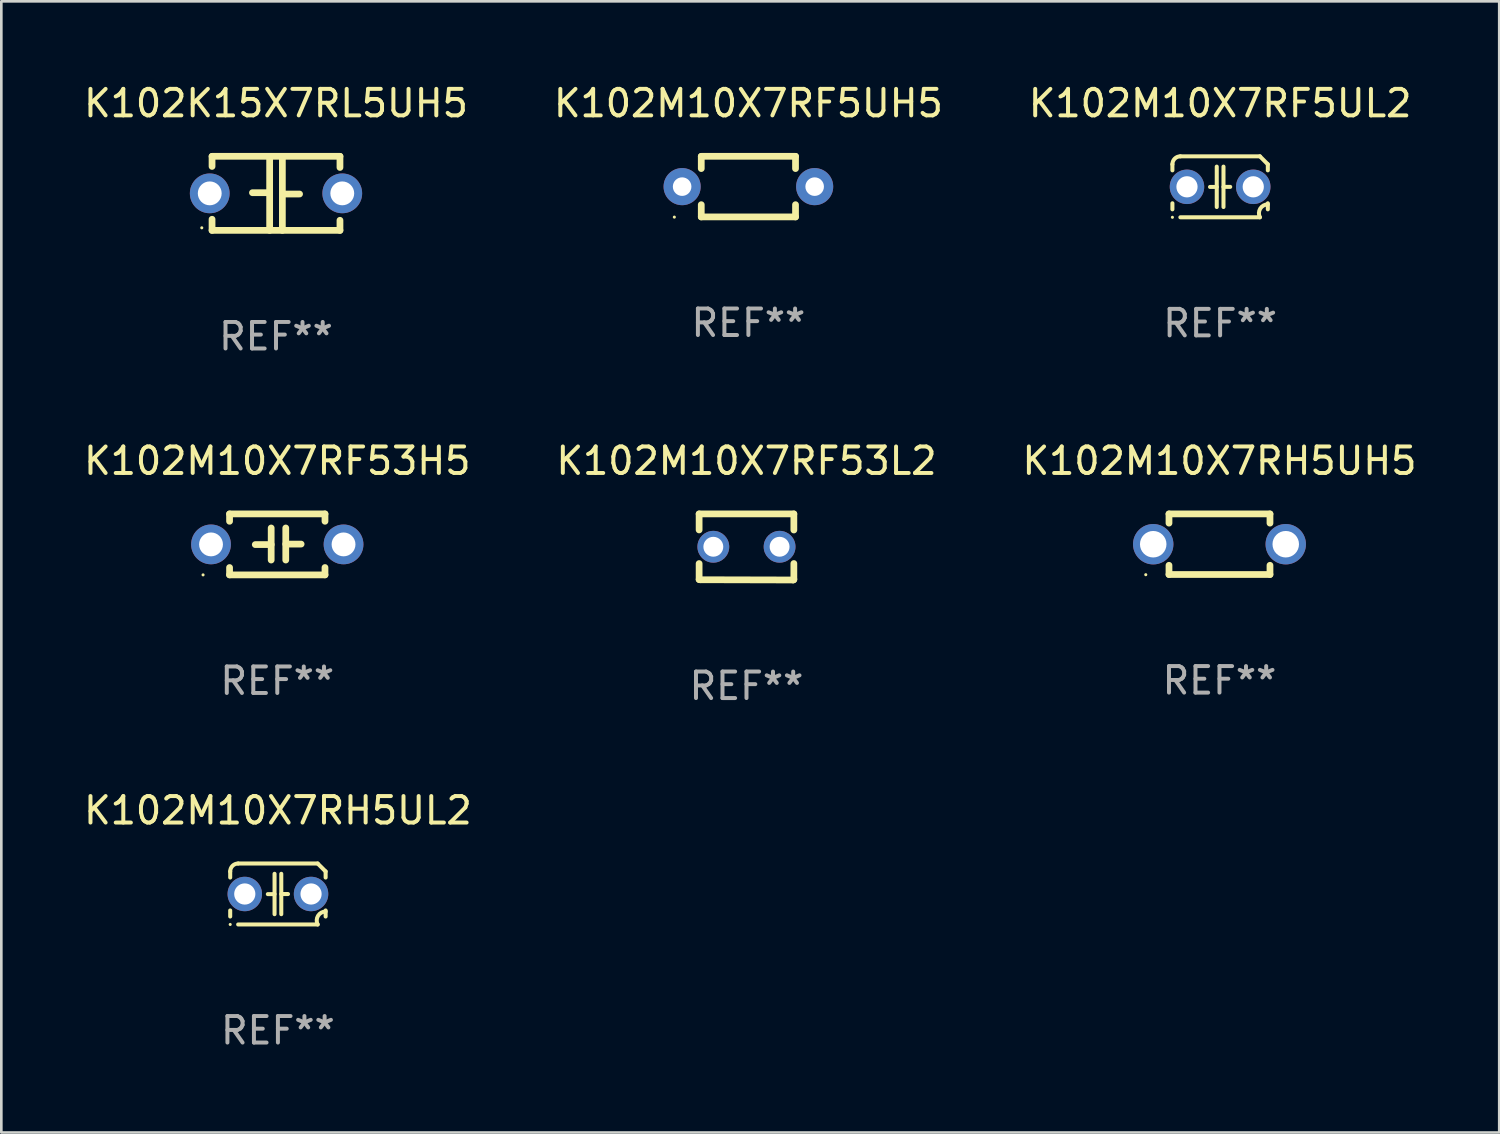
<source format=kicad_pcb>
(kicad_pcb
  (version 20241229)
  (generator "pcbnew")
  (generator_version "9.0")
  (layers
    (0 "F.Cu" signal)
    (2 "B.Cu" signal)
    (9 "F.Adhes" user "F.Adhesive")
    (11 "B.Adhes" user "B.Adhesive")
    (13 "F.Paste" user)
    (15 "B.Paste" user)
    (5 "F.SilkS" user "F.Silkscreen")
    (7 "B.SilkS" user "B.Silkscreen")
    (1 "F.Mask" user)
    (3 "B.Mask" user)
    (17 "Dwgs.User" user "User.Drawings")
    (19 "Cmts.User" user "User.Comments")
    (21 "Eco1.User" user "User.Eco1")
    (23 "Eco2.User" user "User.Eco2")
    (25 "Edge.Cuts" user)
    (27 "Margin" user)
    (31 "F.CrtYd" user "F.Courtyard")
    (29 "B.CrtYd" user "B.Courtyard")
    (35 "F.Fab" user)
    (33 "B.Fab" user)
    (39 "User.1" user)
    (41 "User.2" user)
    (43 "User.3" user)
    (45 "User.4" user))
  (footprint "K102M10X7RH5UL2"
    (layer "F.Cu")
    (at 7.435 30.678)
    (property "Reference" "K102M10X7RH5UL2" (at 0 -3.15 0) (layer "F.SilkS") (effects (font (size 1 1) (thickness 0.15))))
    (attr through_hole)
    (fp_line (start -1.8 -0.621) (end -1.8 -0.85) (stroke (width 0.152) (type solid)) (layer "F.SilkS"))
    (fp_line (start -1.8 0.85) (end -1.8 0.621) (stroke (width 0.152) (type solid)) (layer "F.SilkS"))
    (fp_line (start -1.5 -1.15) (end 1.5 -1.15) (stroke (width 0.152) (type solid)) (layer "F.SilkS"))
    (fp_line (start -0.127 -0.762) (end -0.127 0.762) (stroke (width 0.152) (type solid)) (layer "F.SilkS"))
    (fp_line (start -0.127 0.005) (end -0.381 0.005) (stroke (width 0.152) (type solid)) (layer "F.SilkS"))
    (fp_line (start 0.127 -0.762) (end 0.127 0.762) (stroke (width 0.152) (type solid)) (layer "F.SilkS"))
    (fp_line (start 0.127 0.002) (end 0.381 0.002) (stroke (width 0.152) (type solid)) (layer "F.SilkS"))
    (fp_line (start 1.5 1.15) (end -1.5 1.15) (stroke (width 0.152) (type solid)) (layer "F.SilkS"))
    (fp_line (start 1.8 -0.85) (end 1.8 -0.621) (stroke (width 0.152) (type solid)) (layer "F.SilkS"))
    (fp_line (start 1.8 0.621) (end 1.8 0.85) (stroke (width 0.152) (type solid)) (layer "F.SilkS"))
    (fp_arc (start -1.799975 -0.849987) (mid -1.712107 -1.062119) (end -1.499975 -1.149987) (stroke (width 0.151994) (type solid)) (layer "F.SilkS"))
    (fp_arc (start 1.499975 1.149987) (mid 1.513726 0.822359) (end 1.799975 0.662387) (stroke (width 0.151994) (type solid)) (layer "F.SilkS"))
    (fp_arc (start 1.500001 -1.149986) (mid 1.650015 -1.000001) (end 1.8 -0.849987) (stroke (width 0.151994) (type solid)) (layer "F.SilkS"))
    (fp_circle (center -1.8 1.15) (end -1.77 1.15) (stroke (width 0.06) (type solid)) (fill no) (layer "F.SilkS"))
    (fp_text user "REF**" (at 0 5.15 0) (layer "F.Fab") (effects (font (size 1 1) (thickness 0.15))))
    (pad "1" thru_hole circle (at -1.25 0) (size 1.3 1.3) (drill 0.8) (layers "*.Cu" "*.Mask"))
    (pad "2" thru_hole circle (at 1.25 0) (size 1.3 1.3) (drill 0.8) (layers "*.Cu" "*.Mask")))
  (footprint "K102M10X7RF5UH5"
    (layer "F.Cu")
    (at 25.185 3.991)
    (property "Reference" "K102M10X7RF5UH5" (at 0 -3.143 0) (layer "F.SilkS") (effects (font (size 1 1) (thickness 0.15))))
    (attr through_hole)
    (fp_line (start -1.778 -1.143) (end 1.778 -1.143) (stroke (width 0.254) (type solid)) (layer "F.SilkS"))
    (fp_line (start -1.778 -0.681) (end -1.778 -1.143) (stroke (width 0.254) (type solid)) (layer "F.SilkS"))
    (fp_line (start -1.778 1.143) (end -1.778 0.681) (stroke (width 0.254) (type solid)) (layer "F.SilkS"))
    (fp_line (start 1.778 -1.143) (end 1.778 -0.681) (stroke (width 0.254) (type solid)) (layer "F.SilkS"))
    (fp_line (start 1.778 0.681) (end 1.778 1.143) (stroke (width 0.254) (type solid)) (layer "F.SilkS"))
    (fp_line (start 1.778 1.143) (end -1.778 1.143) (stroke (width 0.254) (type solid)) (layer "F.SilkS"))
    (fp_circle (center -2.794 1.15) (end -2.764 1.15) (stroke (width 0.06) (type solid)) (fill no) (layer "F.SilkS"))
    (fp_text user "REF**" (at 0 5.143 0) (layer "F.Fab") (effects (font (size 1 1) (thickness 0.15))))
    (pad "1" thru_hole circle (at -2.5 0) (size 1.4 1.4) (drill 0.7) (layers "*.Cu" "*.Mask"))
    (pad "2" thru_hole circle (at 2.5 0) (size 1.4 1.4) (drill 0.7) (layers "*.Cu" "*.Mask")))
  (footprint "K102M10X7RF5UL2"
    (layer "F.Cu")
    (at 42.982 3.998)
    (property "Reference" "K102M10X7RF5UL2" (at 0 -3.15 0) (layer "F.SilkS") (effects (font (size 1 1) (thickness 0.15))))
    (attr through_hole)
    (fp_line (start -1.8 -0.621) (end -1.8 -0.85) (stroke (width 0.152) (type solid)) (layer "F.SilkS"))
    (fp_line (start -1.8 0.85) (end -1.8 0.621) (stroke (width 0.152) (type solid)) (layer "F.SilkS"))
    (fp_line (start -1.5 -1.15) (end 1.5 -1.15) (stroke (width 0.152) (type solid)) (layer "F.SilkS"))
    (fp_line (start -0.127 -0.762) (end -0.127 0.762) (stroke (width 0.152) (type solid)) (layer "F.SilkS"))
    (fp_line (start -0.127 0.005) (end -0.381 0.005) (stroke (width 0.152) (type solid)) (layer "F.SilkS"))
    (fp_line (start 0.127 -0.762) (end 0.127 0.762) (stroke (width 0.152) (type solid)) (layer "F.SilkS"))
    (fp_line (start 0.127 0.002) (end 0.381 0.002) (stroke (width 0.152) (type solid)) (layer "F.SilkS"))
    (fp_line (start 1.5 1.15) (end -1.5 1.15) (stroke (width 0.152) (type solid)) (layer "F.SilkS"))
    (fp_line (start 1.8 -0.85) (end 1.8 -0.621) (stroke (width 0.152) (type solid)) (layer "F.SilkS"))
    (fp_line (start 1.8 0.621) (end 1.8 0.85) (stroke (width 0.152) (type solid)) (layer "F.SilkS"))
    (fp_arc (start -1.799975 -0.849987) (mid -1.712107 -1.062119) (end -1.499975 -1.149987) (stroke (width 0.151994) (type solid)) (layer "F.SilkS"))
    (fp_arc (start 1.499975 1.149987) (mid 1.513726 0.822359) (end 1.799975 0.662387) (stroke (width 0.151994) (type solid)) (layer "F.SilkS"))
    (fp_arc (start 1.500001 -1.149986) (mid 1.650015 -1.000001) (end 1.8 -0.849987) (stroke (width 0.151994) (type solid)) (layer "F.SilkS"))
    (fp_circle (center -1.8 1.15) (end -1.77 1.15) (stroke (width 0.06) (type solid)) (fill no) (layer "F.SilkS"))
    (fp_text user "REF**" (at 0 5.15 0) (layer "F.Fab") (effects (font (size 1 1) (thickness 0.15))))
    (pad "1" thru_hole circle (at -1.25 0) (size 1.3 1.3) (drill 0.8) (layers "*.Cu" "*.Mask"))
    (pad "2" thru_hole circle (at 1.25 0) (size 1.3 1.3) (drill 0.8) (layers "*.Cu" "*.Mask")))
  (footprint "K102K15X7RL5UH5"
    (layer "F.Cu")
    (at 7.363 4.245)
    (property "Reference" "K102K15X7RL5UH5" (at 0 -3.397 0) (layer "F.SilkS") (effects (font (size 1 1) (thickness 0.15))))
    (attr through_hole)
    (fp_line (start -2.413 -1.397) (end 2.413 -1.397) (stroke (width 0.254) (type solid)) (layer "F.SilkS"))
    (fp_line (start -2.413 -1.016) (end -2.413 -1.397) (stroke (width 0.254) (type solid)) (layer "F.SilkS"))
    (fp_line (start -2.413 0.977) (end -2.413 1.397) (stroke (width 0.254) (type solid)) (layer "F.SilkS"))
    (fp_line (start -0.24 -0.025) (end -0.889 -0.025) (stroke (width 0.254) (type solid)) (layer "F.SilkS"))
    (fp_line (start -0.24 1.397) (end -0.24 -1.397) (stroke (width 0.254) (type solid)) (layer "F.SilkS"))
    (fp_line (start 0.24 -1.397) (end 0.24 1.397) (stroke (width 0.254) (type solid)) (layer "F.SilkS"))
    (fp_line (start 0.24 0.025) (end 0.889 0.025) (stroke (width 0.254) (type solid)) (layer "F.SilkS"))
    (fp_line (start 2.413 -0.977) (end 2.413 -1.397) (stroke (width 0.254) (type solid)) (layer "F.SilkS"))
    (fp_line (start 2.413 1.016) (end 2.413 1.397) (stroke (width 0.254) (type solid)) (layer "F.SilkS"))
    (fp_line (start 2.413 1.397) (end -2.413 1.397) (stroke (width 0.254) (type solid)) (layer "F.SilkS"))
    (fp_circle (center -2.8 1.3) (end -2.77 1.3) (stroke (width 0.06) (type solid)) (fill no) (layer "F.SilkS"))
    (fp_text user "REF**" (at 0 5.397 0) (layer "F.Fab") (effects (font (size 1 1) (thickness 0.15))))
    (pad "1" thru_hole circle (at -2.5 0) (size 1.5 1.5) (drill 0.9) (layers "*.Cu" "*.Mask"))
    (pad "2" thru_hole circle (at 2.5 0) (size 1.5 1.5) (drill 0.9) (layers "*.Cu" "*.Mask")))
  (footprint "K102M10X7RF53H5"
    (layer "F.Cu")
    (at 7.411 17.489)
    (property "Reference" "K102M10X7RF53H5" (at 0 -3.15 0) (layer "F.SilkS") (effects (font (size 1 1) (thickness 0.15))))
    (attr through_hole)
    (fp_line (start -1.8 -1.15) (end -1.8 -0.872) (stroke (width 0.254) (type solid)) (layer "F.SilkS"))
    (fp_line (start -1.8 -1.15) (end 1.8 -1.15) (stroke (width 0.254) (type solid)) (layer "F.SilkS"))
    (fp_line (start -1.8 0.872) (end -1.8 1.15) (stroke (width 0.254) (type solid)) (layer "F.SilkS"))
    (fp_line (start -1.8 1.15) (end 1.8 1.15) (stroke (width 0.254) (type solid)) (layer "F.SilkS"))
    (fp_line (start -0.23 -0.62) (end -0.23 0.59) (stroke (width 0.254) (type solid)) (layer "F.SilkS"))
    (fp_line (start -0.23 0.007) (end -0.83 0.007) (stroke (width 0.254) (type solid)) (layer "F.SilkS"))
    (fp_line (start 0.32 -0.62) (end 0.32 0.59) (stroke (width 0.254) (type solid)) (layer "F.SilkS"))
    (fp_line (start 0.32 -0.012) (end 0.9 -0.012) (stroke (width 0.254) (type solid)) (layer "F.SilkS"))
    (fp_line (start 1.8 -1.15) (end 1.8 -0.872) (stroke (width 0.254) (type solid)) (layer "F.SilkS"))
    (fp_line (start 1.8 0.872) (end 1.8 1.15) (stroke (width 0.254) (type solid)) (layer "F.SilkS"))
    (fp_circle (center -2.8 1.15) (end -2.77 1.15) (stroke (width 0.06) (type solid)) (fill no) (layer "F.SilkS"))
    (fp_text user "REF**" (at 0 5.15 0) (layer "F.Fab") (effects (font (size 1 1) (thickness 0.15))))
    (pad "1" thru_hole circle (at -2.5 0) (size 1.5 1.5) (drill 0.9) (layers "*.Cu" "*.Mask"))
    (pad "2" thru_hole circle (at 2.5 0) (size 1.5 1.5) (drill 0.9) (layers "*.Cu" "*.Mask")))
  (footprint "K102M10X7RF53L2"
    (layer "F.Cu")
    (at 25.113 17.585)
    (property "Reference" "K102M10X7RF53L2" (at 0 -3.246 0) (layer "F.SilkS") (effects (font (size 1 1) (thickness 0.15))))
    (attr through_hole)
    (fp_line (start -1.787 -1.246) (end -1.787 -0.642) (stroke (width 0.254) (type solid)) (layer "F.SilkS"))
    (fp_line (start -1.787 0.627) (end -1.787 1.228) (stroke (width 0.254) (type solid)) (layer "F.SilkS"))
    (fp_line (start -1.787 1.228) (end -1.75 1.237) (stroke (width 0.254) (type solid)) (layer "F.SilkS"))
    (fp_line (start -1.75 1.237) (end 1.759 1.246) (stroke (width 0.254) (type solid)) (layer "F.SilkS"))
    (fp_line (start 1.759 1.246) (end 1.787 1.218) (stroke (width 0.254) (type solid)) (layer "F.SilkS"))
    (fp_line (start 1.787 -1.246) (end -1.787 -1.246) (stroke (width 0.254) (type solid)) (layer "F.SilkS"))
    (fp_line (start 1.787 -0.639) (end 1.787 -1.246) (stroke (width 0.254) (type solid)) (layer "F.SilkS"))
    (fp_line (start 1.787 1.237) (end 1.787 0.625) (stroke (width 0.254) (type solid)) (layer "F.SilkS"))
    (fp_circle (center -1.801 1.243) (end -1.771 1.243) (stroke (width 0.06) (type solid)) (fill no) (layer "F.SilkS"))
    (fp_text user "REF**" (at 0 5.246 0) (layer "F.Fab") (effects (font (size 1 1) (thickness 0.15))))
    (pad "1" thru_hole circle (at -1.251 -0.007) (size 1.2 1.2) (drill 0.75) (layers "*.Cu" "*.Mask"))
    (pad "2" thru_hole circle (at 1.249 -0.007) (size 1.2 1.2) (drill 0.75) (layers "*.Cu" "*.Mask")))
  (footprint "K102M10X7RH5UH5"
    (layer "F.Cu")
    (at 42.958 17.482)
    (property "Reference" "K102M10X7RH5UH5" (at 0 -3.143 0) (layer "F.SilkS") (effects (font (size 1 1) (thickness 0.15))))
    (attr through_hole)
    (fp_line (start -1.905 -1.143) (end 1.905 -1.143) (stroke (width 0.254) (type solid)) (layer "F.SilkS"))
    (fp_line (start -1.905 -0.795) (end -1.905 -1.143) (stroke (width 0.254) (type solid)) (layer "F.SilkS"))
    (fp_line (start -1.905 1.143) (end -1.905 0.795) (stroke (width 0.254) (type solid)) (layer "F.SilkS"))
    (fp_line (start 1.905 -1.143) (end 1.905 -0.795) (stroke (width 0.254) (type solid)) (layer "F.SilkS"))
    (fp_line (start 1.905 0.795) (end 1.905 1.143) (stroke (width 0.254) (type solid)) (layer "F.SilkS"))
    (fp_line (start 1.905 1.143) (end -1.905 1.143) (stroke (width 0.254) (type solid)) (layer "F.SilkS"))
    (fp_circle (center -2.781 1.15) (end -2.751 1.15) (stroke (width 0.06) (type solid)) (fill no) (layer "F.SilkS"))
    (fp_text user "REF**" (at 0 5.143 0) (layer "F.Fab") (effects (font (size 1 1) (thickness 0.15))))
    (pad "1" thru_hole circle (at -2.5 0) (size 1.524 1.524) (drill 1) (layers "*.Cu" "*.Mask"))
    (pad "2" thru_hole circle (at 2.5 0) (size 1.524 1.524) (drill 1) (layers "*.Cu" "*.Mask")))
  (gr_rect
    (start -3 -3)
    (end 53.512 39.676)
    (stroke (width 0.1) (type default))
    (fill no)
    (layer "Edge.Cuts")))
</source>
